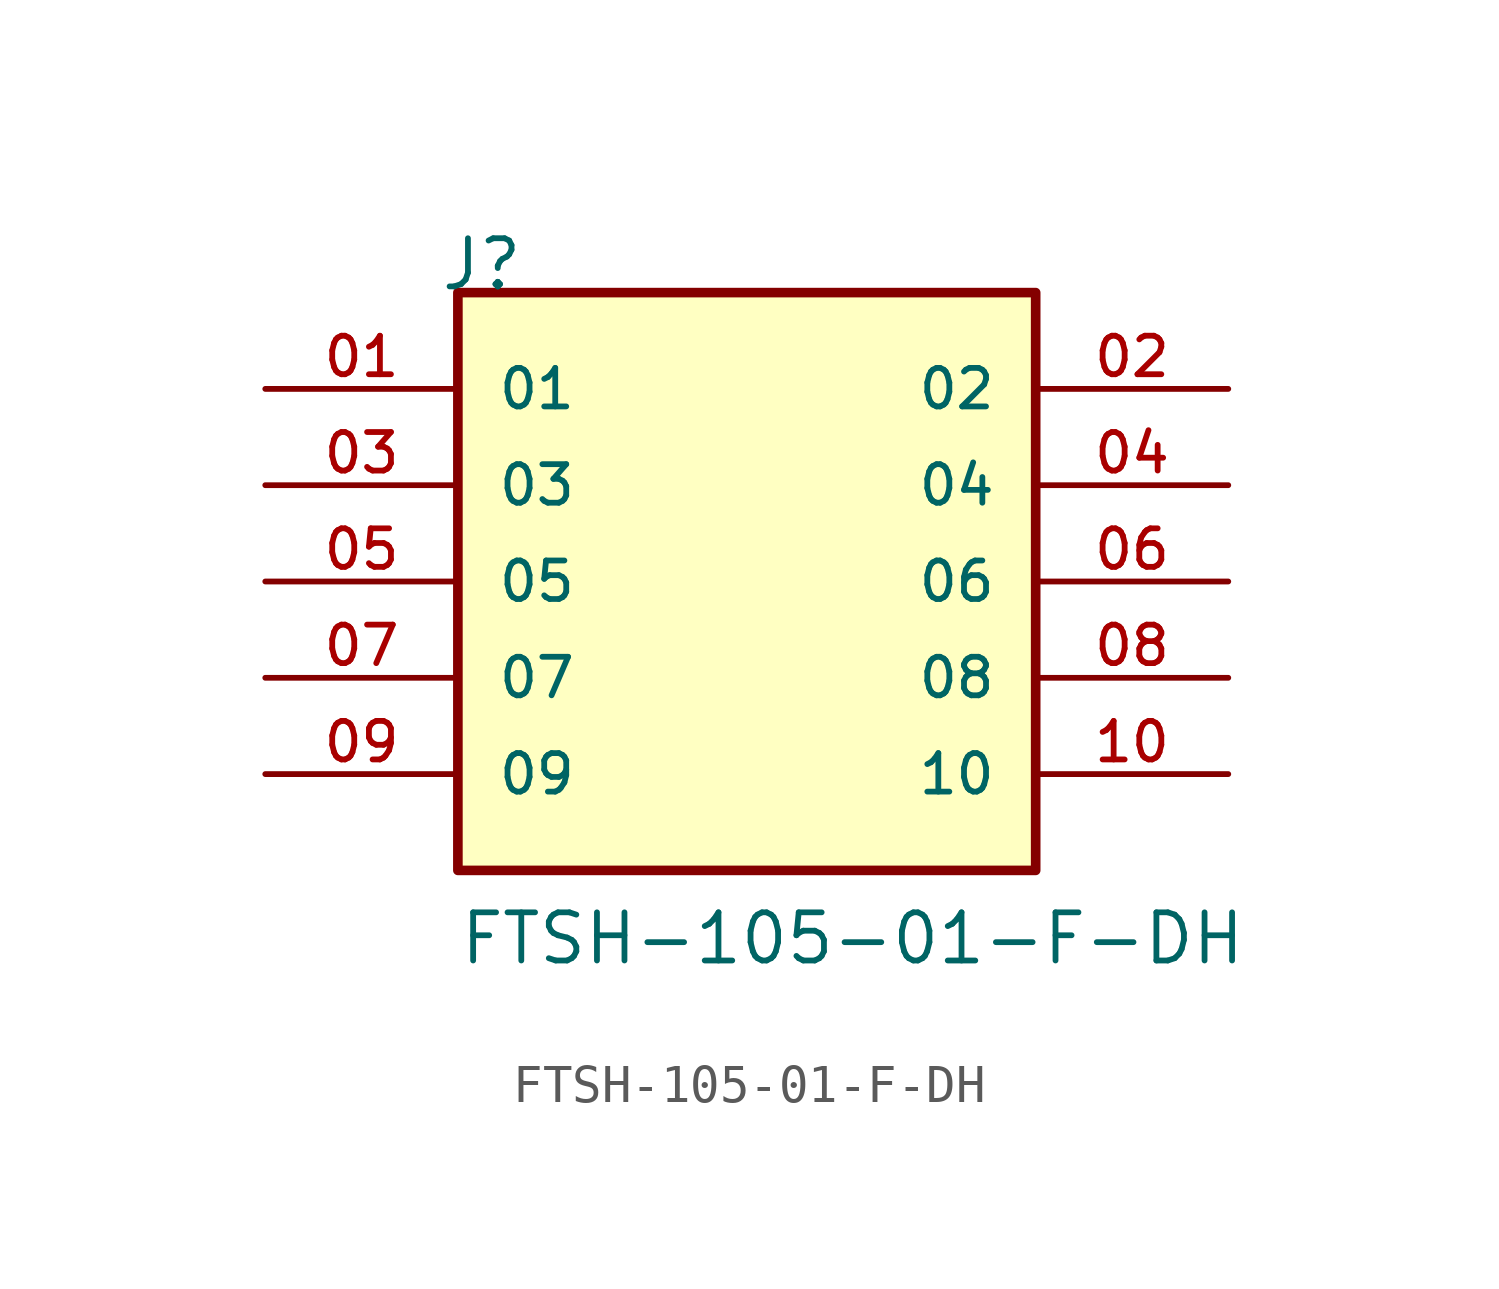
<source format=kicad_sym>
(kicad_symbol_lib
  (version 20211014)
  (generator kicad_symbol_editor)
  (symbol "FTSH-105-01-F-DH"
    (pin_names
      (offset 1.016))
    (property "Reference" "J"
      (at -8.12 7.62 0)
      (effects (font (size 1.27 1.27)) (justify bottom left)))
    (property "Value" "FTSH-105-01-F-DH"
      (at -7.62 -10.16 0)
      (effects (font (size 1.27 1.27)) (justify bottom left)))
    (symbol "FTSH-105-01-F-DH_0_0"
      (rectangle (start -7.62 -7.62) (end 7.62 7.62) (stroke (width 0.254)) (fill (type background)))
      (pin passive line (at -12.7 5.08 0) (length 5.08) (name "01" (effects (font (size 1.016 1.016)))) (number "01" (effects (font (size 1.016 1.016)))))
      (pin passive line (at 12.7 5.08 180.0) (length 5.08) (name "02" (effects (font (size 1.016 1.016)))) (number "02" (effects (font (size 1.016 1.016)))))
      (pin passive line (at -12.7 2.54 0) (length 5.08) (name "03" (effects (font (size 1.016 1.016)))) (number "03" (effects (font (size 1.016 1.016)))))
      (pin passive line (at 12.7 2.54 180.0) (length 5.08) (name "04" (effects (font (size 1.016 1.016)))) (number "04" (effects (font (size 1.016 1.016)))))
      (pin passive line (at -12.7 0.0 0) (length 5.08) (name "05" (effects (font (size 1.016 1.016)))) (number "05" (effects (font (size 1.016 1.016)))))
      (pin passive line (at 12.7 0.0 180.0) (length 5.08) (name "06" (effects (font (size 1.016 1.016)))) (number "06" (effects (font (size 1.016 1.016)))))
      (pin passive line (at -12.7 -2.54 0) (length 5.08) (name "07" (effects (font (size 1.016 1.016)))) (number "07" (effects (font (size 1.016 1.016)))))
      (pin passive line (at 12.7 -2.54 180.0) (length 5.08) (name "08" (effects (font (size 1.016 1.016)))) (number "08" (effects (font (size 1.016 1.016)))))
      (pin passive line (at -12.7 -5.08 0) (length 5.08) (name "09" (effects (font (size 1.016 1.016)))) (number "09" (effects (font (size 1.016 1.016)))))
      (pin passive line (at 12.7 -5.08 180.0) (length 5.08) (name "10" (effects (font (size 1.016 1.016)))) (number "10" (effects (font (size 1.016 1.016))))))))
</source>
